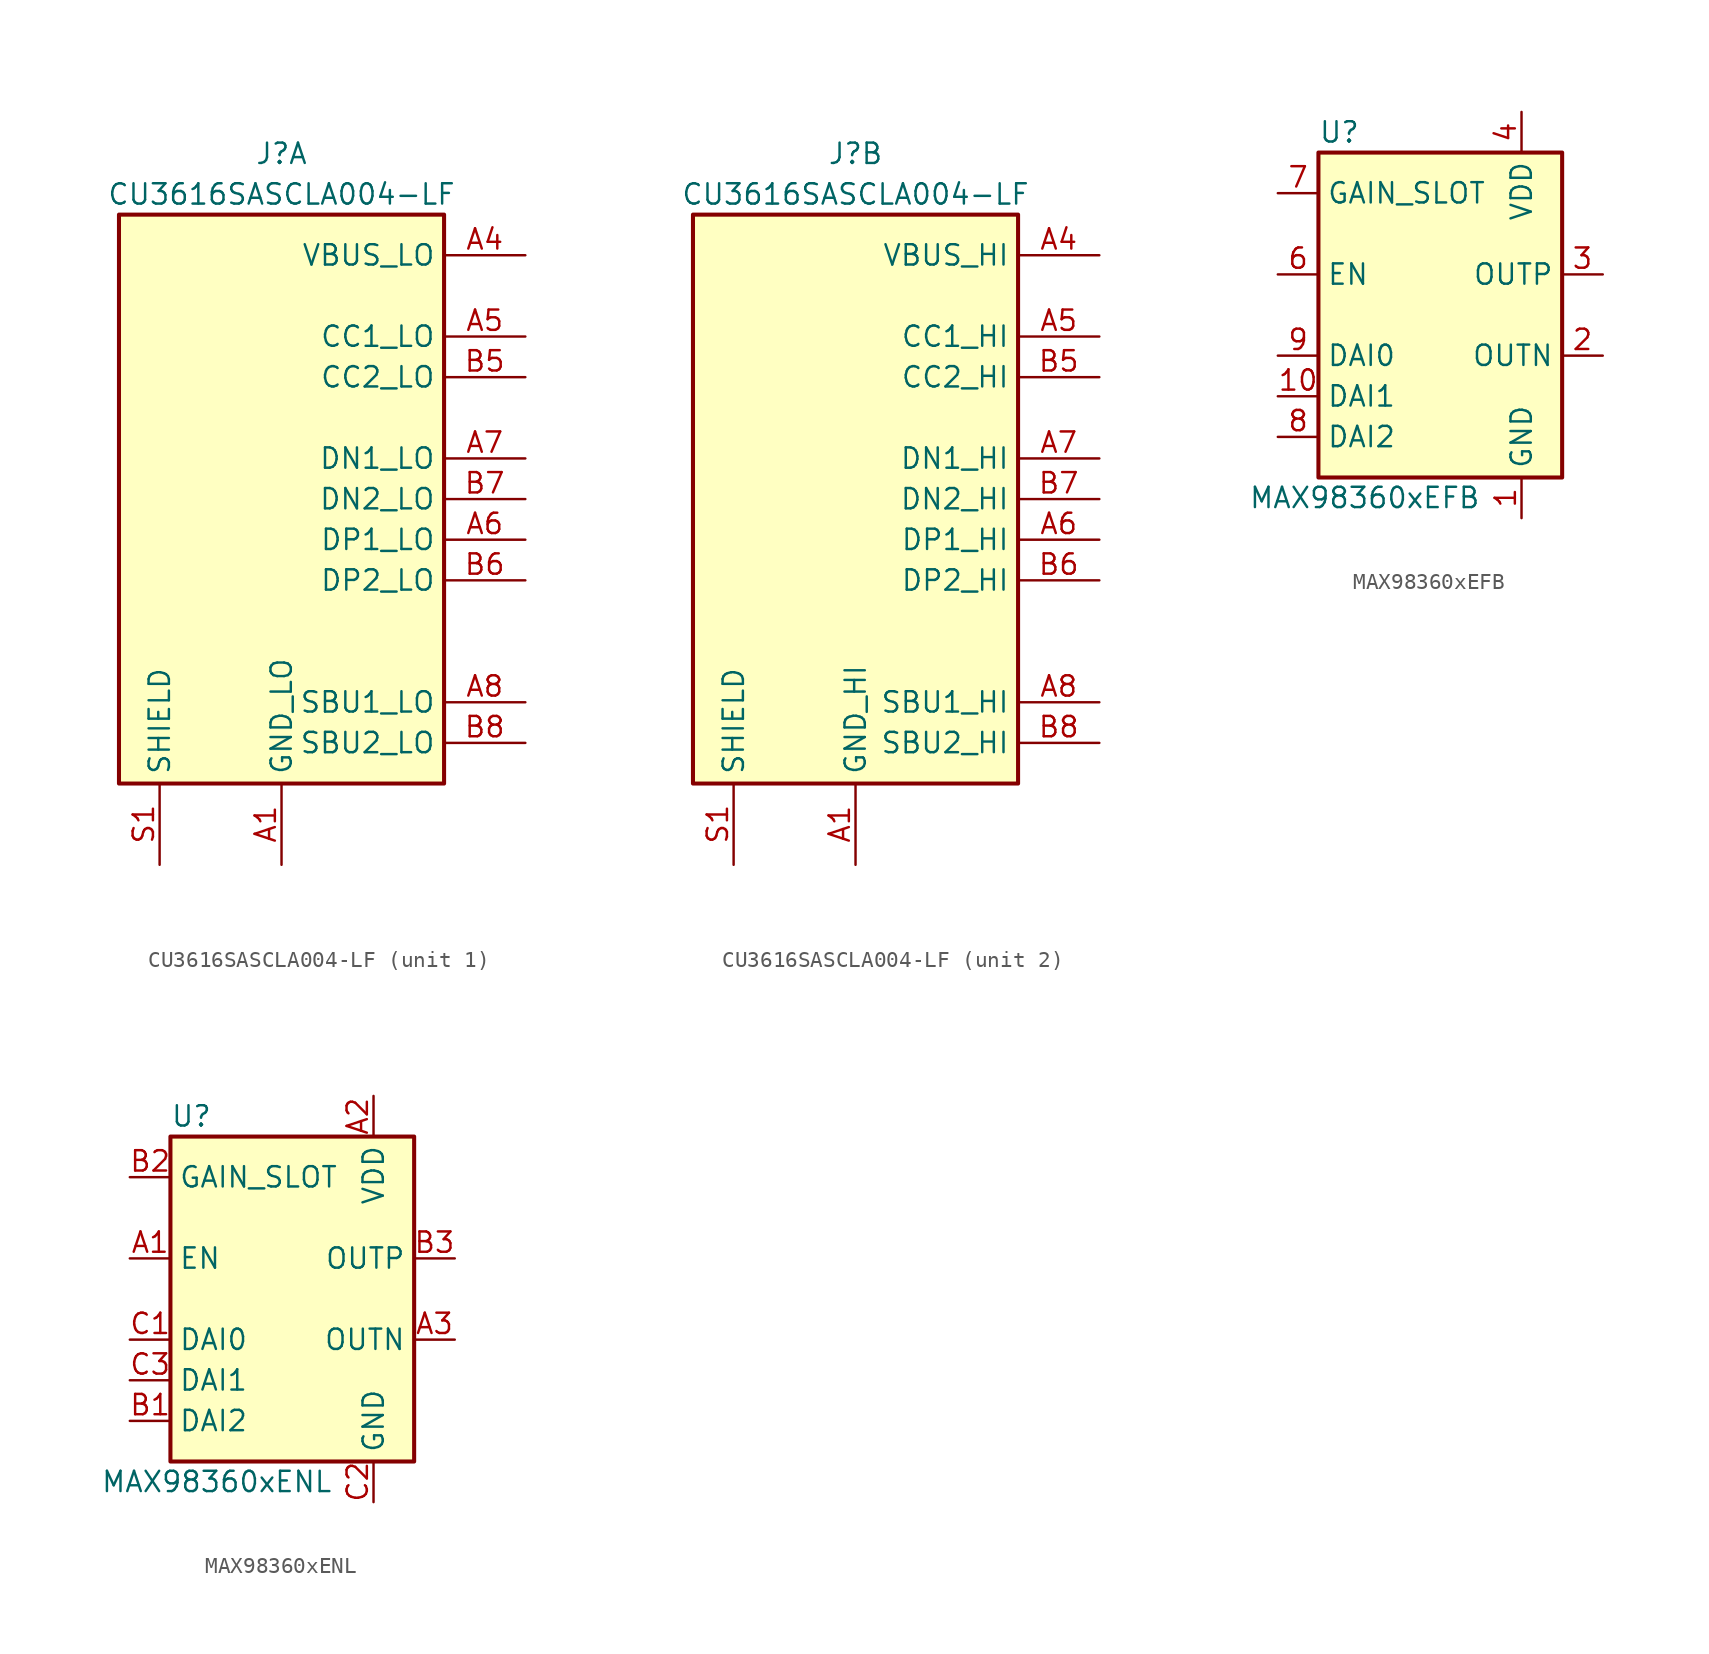
<source format=kicad_sym>
(kicad_symbol_lib
  (version 20241209)
  (generator "kicad_symbol_editor")
  (generator_version "9.0")
  (symbol "CU3616SASCLA004-LF"
    (property "Reference" "J"
      (at 0 21.59 0)
      (effects (font (size 1.27 1.27))))
    (property "Value" "CU3616SASCLA004-LF"
      (at 0 19.05 0)
      (effects (font (size 1.27 1.27))))
    (symbol "CU3616SASCLA004-LF_0_0"
      (pin no_connect line (at -10.16 11.43 0) (length 2.54) (hide yes) (name "NC" (effects (font (size 1.27 1.27)))) (number "B2" (effects (font (size 1.27 1.27)))))
      (pin no_connect line (at -10.16 8.89 0) (length 2.54) (hide yes) (name "NC" (effects (font (size 1.27 1.27)))) (number "B3" (effects (font (size 1.27 1.27)))))
      (pin no_connect line (at -10.16 6.35 0) (length 2.54) (hide yes) (name "NC" (effects (font (size 1.27 1.27)))) (number "B10" (effects (font (size 1.27 1.27)))))
      (pin no_connect line (at -10.16 3.81 0) (length 2.54) (hide yes) (name "NC" (effects (font (size 1.27 1.27)))) (number "B11" (effects (font (size 1.27 1.27)))))
      (pin no_connect line (at -10.16 1.27 0) (length 2.54) (hide yes) (name "NC" (effects (font (size 1.27 1.27)))) (number "A11" (effects (font (size 1.27 1.27)))))
      (pin no_connect line (at -10.16 -1.27 0) (length 2.54) (hide yes) (name "NC" (effects (font (size 1.27 1.27)))) (number "A10" (effects (font (size 1.27 1.27)))))
      (pin no_connect line (at -10.16 -3.81 0) (length 2.54) (hide yes) (name "NC" (effects (font (size 1.27 1.27)))) (number "A3" (effects (font (size 1.27 1.27)))))
      (pin no_connect line (at -10.16 -6.35 0) (length 2.54) (hide yes) (name "NC" (effects (font (size 1.27 1.27)))) (number "A2" (effects (font (size 1.27 1.27)))))
      (pin passive line (at -7.62 -22.86 90) (length 5.08) (name "SHIELD" (effects (font (size 1.27 1.27)))) (number "S1" (effects (font (size 1.27 1.27))))))
    (symbol "CU3616SASCLA004-LF_0_1"
      (rectangle (start -10.16 17.78) (end 10.16 -17.78) (stroke (width 0.254) (type solid)) (fill (type background))))
    (symbol "CU3616SASCLA004-LF_1_0"
      (pin power_in line (at 0 -22.86 90) (length 5.08) (name "GND_LO" (effects (font (size 1.27 1.27)))) (number "A1" (effects (font (size 1.27 1.27)))) (alternate "GND_LO_HOST" power_out line))
      (pin passive line (at 0 -22.86 90) (length 5.08) (hide yes) (name "GND_LO" (effects (font (size 1.27 1.27)))) (number "A12" (effects (font (size 1.27 1.27)))))
      (pin passive line (at 0 -22.86 90) (length 5.08) (hide yes) (name "GND_LO" (effects (font (size 1.27 1.27)))) (number "B1" (effects (font (size 1.27 1.27)))))
      (pin passive line (at 0 -22.86 90) (length 5.08) (hide yes) (name "GND_LO" (effects (font (size 1.27 1.27)))) (number "B12" (effects (font (size 1.27 1.27)))))
      (pin power_in line (at 15.24 15.24 180) (length 5.08) (name "VBUS_LO" (effects (font (size 1.27 1.27)))) (number "A4" (effects (font (size 1.27 1.27)))) (alternate "VBUS_LO_HOST" power_out line))
      (pin passive line (at 15.24 15.24 180) (length 5.08) (hide yes) (name "VBUS_LO" (effects (font (size 1.27 1.27)))) (number "A9" (effects (font (size 1.27 1.27)))))
      (pin passive line (at 15.24 15.24 180) (length 5.08) (hide yes) (name "VBUS_LO" (effects (font (size 1.27 1.27)))) (number "B4" (effects (font (size 1.27 1.27)))))
      (pin passive line (at 15.24 15.24 180) (length 5.08) (hide yes) (name "VBUS_LO" (effects (font (size 1.27 1.27)))) (number "B9" (effects (font (size 1.27 1.27)))))
      (pin passive line (at 15.24 10.16 180) (length 5.08) (name "CC1_LO" (effects (font (size 1.27 1.27)))) (number "A5" (effects (font (size 1.27 1.27)))))
      (pin bidirectional line (at 15.24 7.62 180) (length 5.08) (name "CC2_LO" (effects (font (size 1.27 1.27)))) (number "B5" (effects (font (size 1.27 1.27)))))
      (pin bidirectional line (at 15.24 2.54 180) (length 5.08) (name "DN1_LO" (effects (font (size 1.27 1.27)))) (number "A7" (effects (font (size 1.27 1.27)))))
      (pin bidirectional line (at 15.24 0 180) (length 5.08) (name "DN2_LO" (effects (font (size 1.27 1.27)))) (number "B7" (effects (font (size 1.27 1.27)))))
      (pin bidirectional line (at 15.24 -2.54 180) (length 5.08) (name "DP1_LO" (effects (font (size 1.27 1.27)))) (number "A6" (effects (font (size 1.27 1.27)))))
      (pin bidirectional line (at 15.24 -5.08 180) (length 5.08) (name "DP2_LO" (effects (font (size 1.27 1.27)))) (number "B6" (effects (font (size 1.27 1.27)))))
      (pin bidirectional line (at 15.24 -12.7 180) (length 5.08) (name "SBU1_LO" (effects (font (size 1.27 1.27)))) (number "A8" (effects (font (size 1.27 1.27)))))
      (pin bidirectional line (at 15.24 -15.24 180) (length 5.08) (name "SBU2_LO" (effects (font (size 1.27 1.27)))) (number "B8" (effects (font (size 1.27 1.27))))))
    (symbol "CU3616SASCLA004-LF_2_0"
      (pin power_in line (at 0 -22.86 90) (length 5.08) (name "GND_HI" (effects (font (size 1.27 1.27)))) (number "A1" (effects (font (size 1.27 1.27)))) (alternate "GND_HI_HOST" power_out line))
      (pin passive line (at 0 -22.86 90) (length 5.08) (hide yes) (name "GND_HI" (effects (font (size 1.27 1.27)))) (number "A12" (effects (font (size 1.27 1.27)))))
      (pin passive line (at 0 -22.86 90) (length 5.08) (hide yes) (name "GND_HI" (effects (font (size 1.27 1.27)))) (number "B1" (effects (font (size 1.27 1.27)))))
      (pin passive line (at 0 -22.86 90) (length 5.08) (hide yes) (name "GND_HI" (effects (font (size 1.27 1.27)))) (number "B12" (effects (font (size 1.27 1.27)))))
      (pin power_in line (at 15.24 15.24 180) (length 5.08) (name "VBUS_HI" (effects (font (size 1.27 1.27)))) (number "A4" (effects (font (size 1.27 1.27)))) (alternate "VBUS_HI_HOST" power_out line))
      (pin passive line (at 15.24 15.24 180) (length 5.08) (hide yes) (name "VBUS_HI" (effects (font (size 1.27 1.27)))) (number "A9" (effects (font (size 1.27 1.27)))))
      (pin passive line (at 15.24 15.24 180) (length 5.08) (hide yes) (name "VBUS_HI" (effects (font (size 1.27 1.27)))) (number "B4" (effects (font (size 1.27 1.27)))))
      (pin passive line (at 15.24 15.24 180) (length 5.08) (hide yes) (name "VBUS_HI" (effects (font (size 1.27 1.27)))) (number "B9" (effects (font (size 1.27 1.27)))))
      (pin passive line (at 15.24 10.16 180) (length 5.08) (name "CC1_HI" (effects (font (size 1.27 1.27)))) (number "A5" (effects (font (size 1.27 1.27)))))
      (pin bidirectional line (at 15.24 7.62 180) (length 5.08) (name "CC2_HI" (effects (font (size 1.27 1.27)))) (number "B5" (effects (font (size 1.27 1.27)))))
      (pin bidirectional line (at 15.24 2.54 180) (length 5.08) (name "DN1_HI" (effects (font (size 1.27 1.27)))) (number "A7" (effects (font (size 1.27 1.27)))))
      (pin bidirectional line (at 15.24 0 180) (length 5.08) (name "DN2_HI" (effects (font (size 1.27 1.27)))) (number "B7" (effects (font (size 1.27 1.27)))))
      (pin bidirectional line (at 15.24 -2.54 180) (length 5.08) (name "DP1_HI" (effects (font (size 1.27 1.27)))) (number "A6" (effects (font (size 1.27 1.27)))))
      (pin bidirectional line (at 15.24 -5.08 180) (length 5.08) (name "DP2_HI" (effects (font (size 1.27 1.27)))) (number "B6" (effects (font (size 1.27 1.27)))))
      (pin bidirectional line (at 15.24 -12.7 180) (length 5.08) (name "SBU1_HI" (effects (font (size 1.27 1.27)))) (number "A8" (effects (font (size 1.27 1.27)))))
      (pin bidirectional line (at 15.24 -15.24 180) (length 5.08) (name "SBU2_HI" (effects (font (size 1.27 1.27)))) (number "B8" (effects (font (size 1.27 1.27)))))))
  (symbol "MAX98360xEFB"
    (property "Reference" "U"
      (at -7.62 11.43 0)
      (effects (font (size 1.27 1.27)) (justify left)))
    (property "Value" "MAX98360xEFB"
      (at 2.54 -11.43 0)
      (effects (font (size 1.27 1.27)) (justify right)))
    (symbol "MAX98360xEFB_1_1"
      (rectangle (start -7.62 10.16) (end 7.62 -10.16) (stroke (width 0.254) (type solid)) (fill (type background)))
      (pin input line (at -10.16 7.62 0) (length 2.54) (name "GAIN_SLOT" (effects (font (size 1.27 1.27)))) (number "7" (effects (font (size 1.27 1.27)))))
      (pin input line (at -10.16 2.54 0) (length 2.54) (name "EN" (effects (font (size 1.27 1.27)))) (number "6" (effects (font (size 1.27 1.27)))))
      (pin input line (at -10.16 -2.54 0) (length 2.54) (name "DAI0" (effects (font (size 1.27 1.27)))) (number "9" (effects (font (size 1.27 1.27)))))
      (pin input line (at -10.16 -5.08 0) (length 2.54) (name "DAI1" (effects (font (size 1.27 1.27)))) (number "10" (effects (font (size 1.27 1.27)))))
      (pin input line (at -10.16 -7.62 0) (length 2.54) (name "DAI2" (effects (font (size 1.27 1.27)))) (number "8" (effects (font (size 1.27 1.27)))))
      (pin power_in line (at 5.08 12.7 270) (length 2.54) (name "VDD" (effects (font (size 1.27 1.27)))) (number "4" (effects (font (size 1.27 1.27)))))
      (pin input line (at 5.08 -12.7 90) (length 2.54) (name "GND" (effects (font (size 1.27 1.27)))) (number "1" (effects (font (size 1.27 1.27)))))
      (pin passive line (at 5.08 -12.7 90) (length 2.54) (hide yes) (name "GND" (effects (font (size 1.27 1.27)))) (number "5" (effects (font (size 1.27 1.27)))))
      (pin output line (at 10.16 2.54 180) (length 2.54) (name "OUTP" (effects (font (size 1.27 1.27)))) (number "3" (effects (font (size 1.27 1.27)))))
      (pin output line (at 10.16 -2.54 180) (length 2.54) (name "OUTN" (effects (font (size 1.27 1.27)))) (number "2" (effects (font (size 1.27 1.27)))))))
  (symbol "MAX98360xENL"
    (property "Reference" "U"
      (at -7.62 11.43 0)
      (effects (font (size 1.27 1.27)) (justify left)))
    (property "Value" "MAX98360xENL"
      (at 2.54 -11.43 0)
      (effects (font (size 1.27 1.27)) (justify right)))
    (symbol "MAX98360xENL_1_1"
      (rectangle (start -7.62 10.16) (end 7.62 -10.16) (stroke (width 0.254) (type solid)) (fill (type background)))
      (pin input line (at -10.16 7.62 0) (length 2.54) (name "GAIN_SLOT" (effects (font (size 1.27 1.27)))) (number "B2" (effects (font (size 1.27 1.27)))))
      (pin input line (at -10.16 2.54 0) (length 2.54) (name "EN" (effects (font (size 1.27 1.27)))) (number "A1" (effects (font (size 1.27 1.27)))))
      (pin input line (at -10.16 -2.54 0) (length 2.54) (name "DAI0" (effects (font (size 1.27 1.27)))) (number "C1" (effects (font (size 1.27 1.27)))))
      (pin input line (at -10.16 -5.08 0) (length 2.54) (name "DAI1" (effects (font (size 1.27 1.27)))) (number "C3" (effects (font (size 1.27 1.27)))))
      (pin input line (at -10.16 -7.62 0) (length 2.54) (name "DAI2" (effects (font (size 1.27 1.27)))) (number "B1" (effects (font (size 1.27 1.27)))))
      (pin power_in line (at 5.08 12.7 270) (length 2.54) (name "VDD" (effects (font (size 1.27 1.27)))) (number "A2" (effects (font (size 1.27 1.27)))))
      (pin input line (at 5.08 -12.7 90) (length 2.54) (name "GND" (effects (font (size 1.27 1.27)))) (number "C2" (effects (font (size 1.27 1.27)))))
      (pin output line (at 10.16 2.54 180) (length 2.54) (name "OUTP" (effects (font (size 1.27 1.27)))) (number "B3" (effects (font (size 1.27 1.27)))))
      (pin output line (at 10.16 -2.54 180) (length 2.54) (name "OUTN" (effects (font (size 1.27 1.27)))) (number "A3" (effects (font (size 1.27 1.27))))))))
</source>
